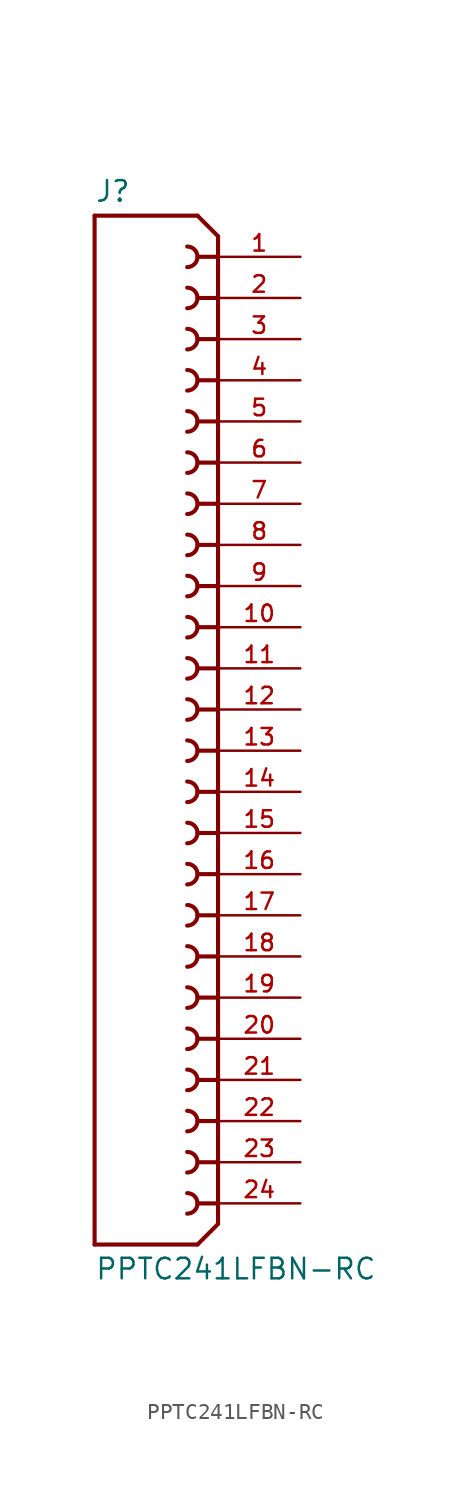
<source format=kicad_sym>
(kicad_symbol_lib
  (version 20231120)
  (generator "kicad_symbol_editor")
  (generator_version "8.0")
  (symbol "PPTC241LFBN-RC"
    (pin_names
      (offset 1.016))
    (property "Reference" "J"
      (at -7.62 31.242 0)
      (effects (font (size 1.27 1.27)) (justify left bottom)))
    (property "Value" "PPTC241LFBN-RC"
      (at -7.62 -33.782 0)
      (effects (font (size 1.27 1.27)) (justify left top)))
    (symbol "PPTC241LFBN-RC_0_0"
      (arc (start -1.905 -31.115) (mid -1.2727 -30.48) (end -1.905 -29.845) (stroke (width 0.254) (type default)) (fill (type none)))
      (arc (start -1.905 -28.575) (mid -1.2727 -27.94) (end -1.905 -27.305) (stroke (width 0.254) (type default)) (fill (type none)))
      (arc (start -1.905 -26.035) (mid -1.2727 -25.4) (end -1.905 -24.765) (stroke (width 0.254) (type default)) (fill (type none)))
      (arc (start -1.905 -23.495) (mid -1.2727 -22.86) (end -1.905 -22.225) (stroke (width 0.254) (type default)) (fill (type none)))
      (arc (start -1.905 -20.955) (mid -1.2727 -20.32) (end -1.905 -19.685) (stroke (width 0.254) (type default)) (fill (type none)))
      (arc (start -1.905 -18.415) (mid -1.2727 -17.78) (end -1.905 -17.145) (stroke (width 0.254) (type default)) (fill (type none)))
      (arc (start -1.905 -15.875) (mid -1.2727 -15.24) (end -1.905 -14.605) (stroke (width 0.254) (type default)) (fill (type none)))
      (arc (start -1.905 -13.335) (mid -1.2727 -12.7) (end -1.905 -12.065) (stroke (width 0.254) (type default)) (fill (type none)))
      (arc (start -1.905 -10.795) (mid -1.2727 -10.16) (end -1.905 -9.525) (stroke (width 0.254) (type default)) (fill (type none)))
      (arc (start -1.905 -8.255) (mid -1.2727 -7.62) (end -1.905 -6.985) (stroke (width 0.254) (type default)) (fill (type none)))
      (arc (start -1.905 -5.715) (mid -1.2727 -5.08) (end -1.905 -4.445) (stroke (width 0.254) (type default)) (fill (type none)))
      (arc (start -1.905 -3.175) (mid -1.2727 -2.54) (end -1.905 -1.905) (stroke (width 0.254) (type default)) (fill (type none)))
      (arc (start -1.905 -0.635) (mid -1.2727 0) (end -1.905 0.635) (stroke (width 0.254) (type default)) (fill (type none)))
      (arc (start -1.905 1.905) (mid -1.2727 2.54) (end -1.905 3.175) (stroke (width 0.254) (type default)) (fill (type none)))
      (arc (start -1.905 4.445) (mid -1.2727 5.08) (end -1.905 5.715) (stroke (width 0.254) (type default)) (fill (type none)))
      (arc (start -1.905 6.985) (mid -1.2727 7.62) (end -1.905 8.255) (stroke (width 0.254) (type default)) (fill (type none)))
      (arc (start -1.905 9.525) (mid -1.2727 10.16) (end -1.905 10.795) (stroke (width 0.254) (type default)) (fill (type none)))
      (arc (start -1.905 12.065) (mid -1.2727 12.7) (end -1.905 13.335) (stroke (width 0.254) (type default)) (fill (type none)))
      (arc (start -1.905 14.605) (mid -1.2727 15.24) (end -1.905 15.875) (stroke (width 0.254) (type default)) (fill (type none)))
      (arc (start -1.905 17.145) (mid -1.2727 17.78) (end -1.905 18.415) (stroke (width 0.254) (type default)) (fill (type none)))
      (arc (start -1.905 19.685) (mid -1.2727 20.32) (end -1.905 20.955) (stroke (width 0.254) (type default)) (fill (type none)))
      (arc (start -1.905 22.225) (mid -1.2727 22.86) (end -1.905 23.495) (stroke (width 0.254) (type default)) (fill (type none)))
      (arc (start -1.905 24.765) (mid -1.2727 25.4) (end -1.905 26.035) (stroke (width 0.254) (type default)) (fill (type none)))
      (arc (start -1.905 27.305) (mid -1.2727 27.94) (end -1.905 28.575) (stroke (width 0.254) (type default)) (fill (type none)))
      (polyline (pts (xy -7.62 -33.02) (xy -7.62 30.48)) (stroke (width 0.254) (type default)) (fill (type none)))
      (polyline (pts (xy -7.62 30.48) (xy -1.27 30.48)) (stroke (width 0.254) (type default)) (fill (type none)))
      (polyline (pts (xy -1.27 -33.02) (xy -7.62 -33.02)) (stroke (width 0.254) (type default)) (fill (type none)))
      (polyline (pts (xy 0 -31.75) (xy -1.27 -33.02)) (stroke (width 0.254) (type default)) (fill (type none)))
      (polyline (pts (xy 0 -30.48) (xy -1.27 -30.48)) (stroke (width 0.254) (type default)) (fill (type none)))
      (polyline (pts (xy 0 -27.94) (xy -1.27 -27.94)) (stroke (width 0.254) (type default)) (fill (type none)))
      (polyline (pts (xy 0 -25.4) (xy -1.27 -25.4)) (stroke (width 0.254) (type default)) (fill (type none)))
      (polyline (pts (xy 0 -22.86) (xy -1.27 -22.86)) (stroke (width 0.254) (type default)) (fill (type none)))
      (polyline (pts (xy 0 -20.32) (xy -1.27 -20.32)) (stroke (width 0.254) (type default)) (fill (type none)))
      (polyline (pts (xy 0 -17.78) (xy -1.27 -17.78)) (stroke (width 0.254) (type default)) (fill (type none)))
      (polyline (pts (xy 0 -15.24) (xy -1.27 -15.24)) (stroke (width 0.254) (type default)) (fill (type none)))
      (polyline (pts (xy 0 -12.7) (xy -1.27 -12.7)) (stroke (width 0.254) (type default)) (fill (type none)))
      (polyline (pts (xy 0 -10.16) (xy -1.27 -10.16)) (stroke (width 0.254) (type default)) (fill (type none)))
      (polyline (pts (xy 0 -7.62) (xy -1.27 -7.62)) (stroke (width 0.254) (type default)) (fill (type none)))
      (polyline (pts (xy 0 -5.08) (xy -1.27 -5.08)) (stroke (width 0.254) (type default)) (fill (type none)))
      (polyline (pts (xy 0 -2.54) (xy -1.27 -2.54)) (stroke (width 0.254) (type default)) (fill (type none)))
      (polyline (pts (xy 0 0) (xy -1.27 0)) (stroke (width 0.254) (type default)) (fill (type none)))
      (polyline (pts (xy 0 2.54) (xy -1.27 2.54)) (stroke (width 0.254) (type default)) (fill (type none)))
      (polyline (pts (xy 0 5.08) (xy -1.27 5.08)) (stroke (width 0.254) (type default)) (fill (type none)))
      (polyline (pts (xy 0 7.62) (xy -1.27 7.62)) (stroke (width 0.254) (type default)) (fill (type none)))
      (polyline (pts (xy 0 10.16) (xy -1.27 10.16)) (stroke (width 0.254) (type default)) (fill (type none)))
      (polyline (pts (xy 0 12.7) (xy -1.27 12.7)) (stroke (width 0.254) (type default)) (fill (type none)))
      (polyline (pts (xy 0 15.24) (xy -1.27 15.24)) (stroke (width 0.254) (type default)) (fill (type none)))
      (polyline (pts (xy 0 17.78) (xy -1.27 17.78)) (stroke (width 0.254) (type default)) (fill (type none)))
      (polyline (pts (xy 0 20.32) (xy -1.27 20.32)) (stroke (width 0.254) (type default)) (fill (type none)))
      (polyline (pts (xy 0 22.86) (xy -1.27 22.86)) (stroke (width 0.254) (type default)) (fill (type none)))
      (polyline (pts (xy 0 25.4) (xy -1.27 25.4)) (stroke (width 0.254) (type default)) (fill (type none)))
      (polyline (pts (xy 0 27.94) (xy -1.27 27.94)) (stroke (width 0.254) (type default)) (fill (type none)))
      (polyline (pts (xy 0 27.94) (xy 0 -31.75)) (stroke (width 0.254) (type default)) (fill (type none)))
      (polyline (pts (xy 0 29.21) (xy -1.27 30.48)) (stroke (width 0.254) (type default)) (fill (type none)))
      (polyline (pts (xy 0 29.21) (xy 0 27.94)) (stroke (width 0.254) (type default)) (fill (type none)))
      (pin passive line (at 5.08 27.94 180) (length 5.08) (name "~" (effects (font (size 1.016 1.016)))) (number "1" (effects (font (size 1.016 1.016)))))
      (pin passive line (at 5.08 5.08 180) (length 5.08) (name "~" (effects (font (size 1.016 1.016)))) (number "10" (effects (font (size 1.016 1.016)))))
      (pin passive line (at 5.08 2.54 180) (length 5.08) (name "~" (effects (font (size 1.016 1.016)))) (number "11" (effects (font (size 1.016 1.016)))))
      (pin passive line (at 5.08 0 180) (length 5.08) (name "~" (effects (font (size 1.016 1.016)))) (number "12" (effects (font (size 1.016 1.016)))))
      (pin passive line (at 5.08 -2.54 180) (length 5.08) (name "~" (effects (font (size 1.016 1.016)))) (number "13" (effects (font (size 1.016 1.016)))))
      (pin passive line (at 5.08 -5.08 180) (length 5.08) (name "~" (effects (font (size 1.016 1.016)))) (number "14" (effects (font (size 1.016 1.016)))))
      (pin passive line (at 5.08 -7.62 180) (length 5.08) (name "~" (effects (font (size 1.016 1.016)))) (number "15" (effects (font (size 1.016 1.016)))))
      (pin passive line (at 5.08 -10.16 180) (length 5.08) (name "~" (effects (font (size 1.016 1.016)))) (number "16" (effects (font (size 1.016 1.016)))))
      (pin passive line (at 5.08 -12.7 180) (length 5.08) (name "~" (effects (font (size 1.016 1.016)))) (number "17" (effects (font (size 1.016 1.016)))))
      (pin passive line (at 5.08 -15.24 180) (length 5.08) (name "~" (effects (font (size 1.016 1.016)))) (number "18" (effects (font (size 1.016 1.016)))))
      (pin passive line (at 5.08 -17.78 180) (length 5.08) (name "~" (effects (font (size 1.016 1.016)))) (number "19" (effects (font (size 1.016 1.016)))))
      (pin passive line (at 5.08 25.4 180) (length 5.08) (name "~" (effects (font (size 1.016 1.016)))) (number "2" (effects (font (size 1.016 1.016)))))
      (pin passive line (at 5.08 -20.32 180) (length 5.08) (name "~" (effects (font (size 1.016 1.016)))) (number "20" (effects (font (size 1.016 1.016)))))
      (pin passive line (at 5.08 -22.86 180) (length 5.08) (name "~" (effects (font (size 1.016 1.016)))) (number "21" (effects (font (size 1.016 1.016)))))
      (pin passive line (at 5.08 -25.4 180) (length 5.08) (name "~" (effects (font (size 1.016 1.016)))) (number "22" (effects (font (size 1.016 1.016)))))
      (pin passive line (at 5.08 -27.94 180) (length 5.08) (name "~" (effects (font (size 1.016 1.016)))) (number "23" (effects (font (size 1.016 1.016)))))
      (pin passive line (at 5.08 -30.48 180) (length 5.08) (name "~" (effects (font (size 1.016 1.016)))) (number "24" (effects (font (size 1.016 1.016)))))
      (pin passive line (at 5.08 22.86 180) (length 5.08) (name "~" (effects (font (size 1.016 1.016)))) (number "3" (effects (font (size 1.016 1.016)))))
      (pin passive line (at 5.08 20.32 180) (length 5.08) (name "~" (effects (font (size 1.016 1.016)))) (number "4" (effects (font (size 1.016 1.016)))))
      (pin passive line (at 5.08 17.78 180) (length 5.08) (name "~" (effects (font (size 1.016 1.016)))) (number "5" (effects (font (size 1.016 1.016)))))
      (pin passive line (at 5.08 15.24 180) (length 5.08) (name "~" (effects (font (size 1.016 1.016)))) (number "6" (effects (font (size 1.016 1.016)))))
      (pin passive line (at 5.08 12.7 180) (length 5.08) (name "~" (effects (font (size 1.016 1.016)))) (number "7" (effects (font (size 1.016 1.016)))))
      (pin passive line (at 5.08 10.16 180) (length 5.08) (name "~" (effects (font (size 1.016 1.016)))) (number "8" (effects (font (size 1.016 1.016)))))
      (pin passive line (at 5.08 7.62 180) (length 5.08) (name "~" (effects (font (size 1.016 1.016)))) (number "9" (effects (font (size 1.016 1.016))))))))
</source>
